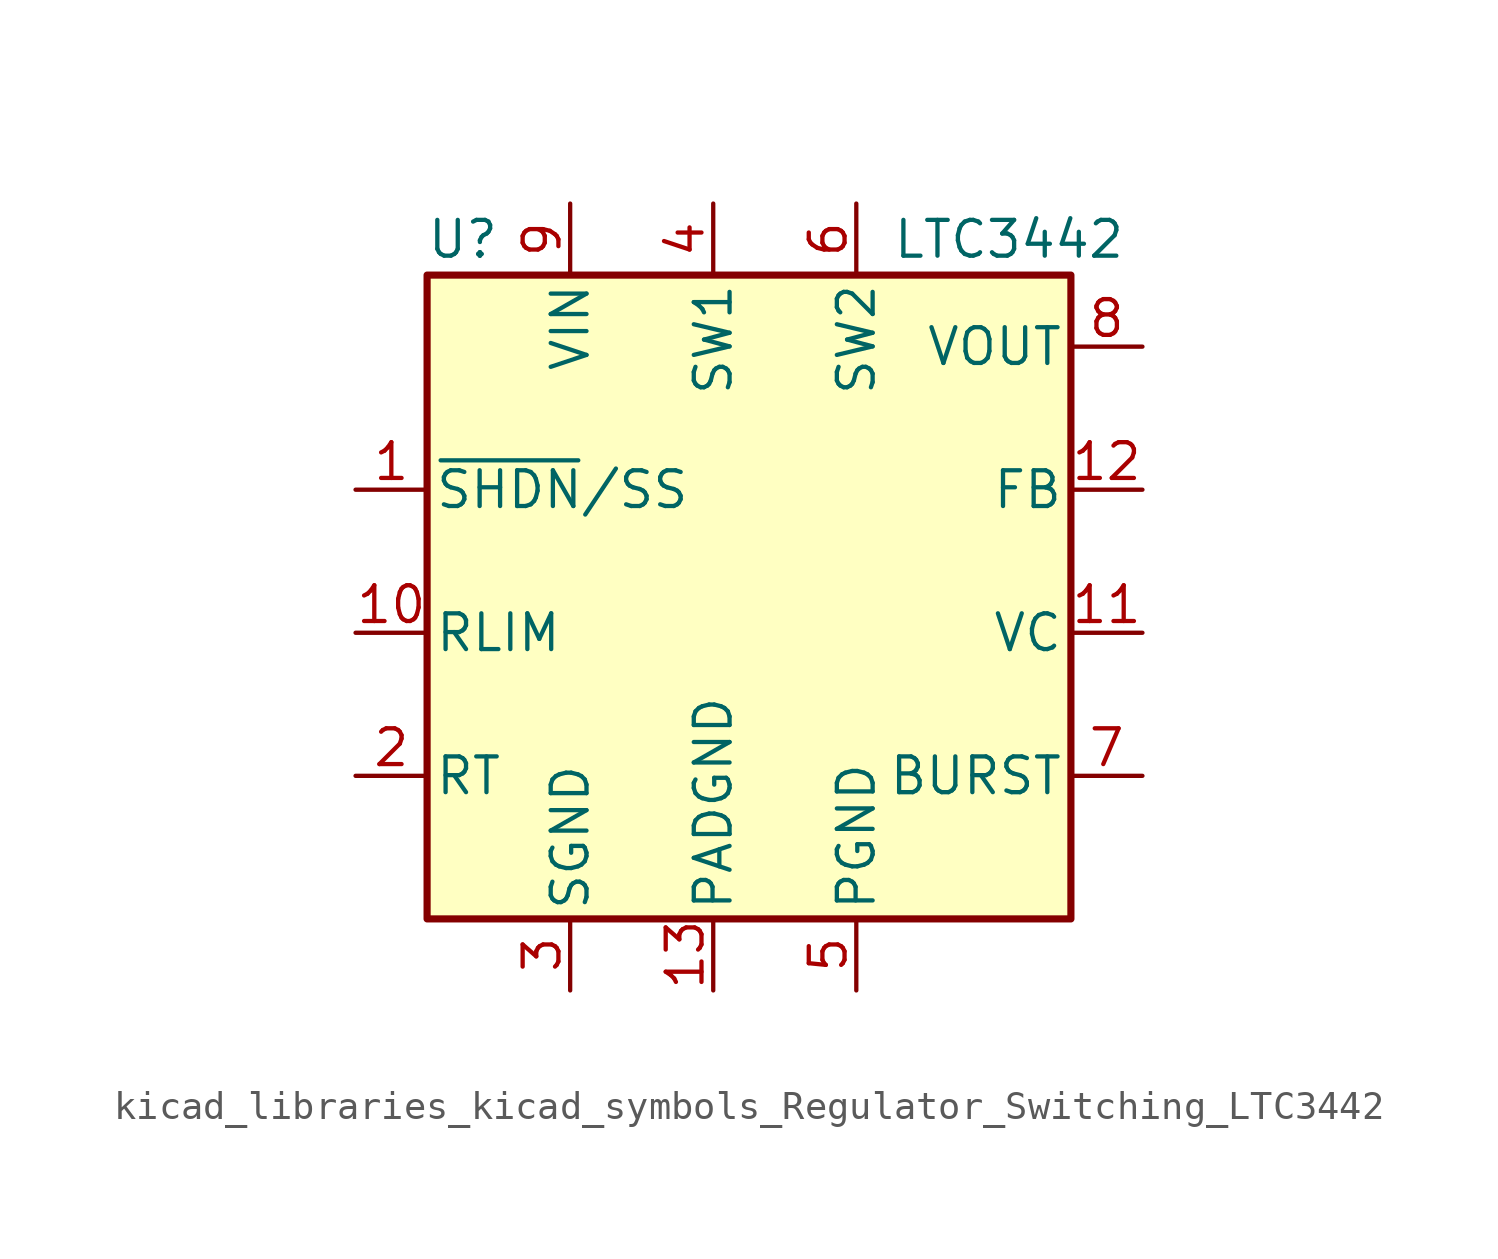
<source format=kicad_sym>
(kicad_symbol_lib
  (version 20220914)
  (generator kicad_symbol_editor)
  (symbol "kicad_libraries_kicad_symbols_Regulator_Switching_LTC3442"
    (pin_names
      (offset 0.254))
    (property "Reference" "U"
      (at -11.43 11.43 0)
      (effects (font (size 1.27 1.27))))
    (property "Value" "LTC3442"
      (at 3.81 11.43 0)
      (effects (font (size 1.27 1.27)) (justify left)))
    (symbol "kicad_libraries_kicad_symbols_Regulator_Switching_LTC3442_0_1"
      (rectangle (start -12.7 10.16) (end 10.16 -12.7) (stroke (width 0.254) (type default)) (fill (type background))))
    (symbol "kicad_libraries_kicad_symbols_Regulator_Switching_LTC3442_1_1"
      (pin input line (at -15.24 2.54 0) (length 2.54) (name "~{SHDN}/SS" (effects (font (size 1.27 1.27)))) (number "1" (effects (font (size 1.27 1.27)))))
      (pin input line (at -15.24 -2.54 0) (length 2.54) (name "RLIM" (effects (font (size 1.27 1.27)))) (number "10" (effects (font (size 1.27 1.27)))))
      (pin input line (at 12.7 -2.54 180) (length 2.54) (name "VC" (effects (font (size 1.27 1.27)))) (number "11" (effects (font (size 1.27 1.27)))))
      (pin input line (at 12.7 2.54 180) (length 2.54) (name "FB" (effects (font (size 1.27 1.27)))) (number "12" (effects (font (size 1.27 1.27)))))
      (pin power_in line (at -2.54 -15.24 90) (length 2.54) (name "PADGND" (effects (font (size 1.27 1.27)))) (number "13" (effects (font (size 1.27 1.27)))))
      (pin input line (at -15.24 -7.62 0) (length 2.54) (name "RT" (effects (font (size 1.27 1.27)))) (number "2" (effects (font (size 1.27 1.27)))))
      (pin power_in line (at -7.62 -15.24 90) (length 2.54) (name "SGND" (effects (font (size 1.27 1.27)))) (number "3" (effects (font (size 1.27 1.27)))))
      (pin bidirectional line (at -2.54 12.7 270) (length 2.54) (name "SW1" (effects (font (size 1.27 1.27)))) (number "4" (effects (font (size 1.27 1.27)))))
      (pin power_in line (at 2.54 -15.24 90) (length 2.54) (name "PGND" (effects (font (size 1.27 1.27)))) (number "5" (effects (font (size 1.27 1.27)))))
      (pin bidirectional line (at 2.54 12.7 270) (length 2.54) (name "SW2" (effects (font (size 1.27 1.27)))) (number "6" (effects (font (size 1.27 1.27)))))
      (pin input line (at 12.7 -7.62 180) (length 2.54) (name "BURST" (effects (font (size 1.27 1.27)))) (number "7" (effects (font (size 1.27 1.27)))))
      (pin power_out line (at 12.7 7.62 180) (length 2.54) (name "VOUT" (effects (font (size 1.27 1.27)))) (number "8" (effects (font (size 1.27 1.27)))))
      (pin power_in line (at -7.62 12.7 270) (length 2.54) (name "VIN" (effects (font (size 1.27 1.27)))) (number "9" (effects (font (size 1.27 1.27))))))))
</source>
